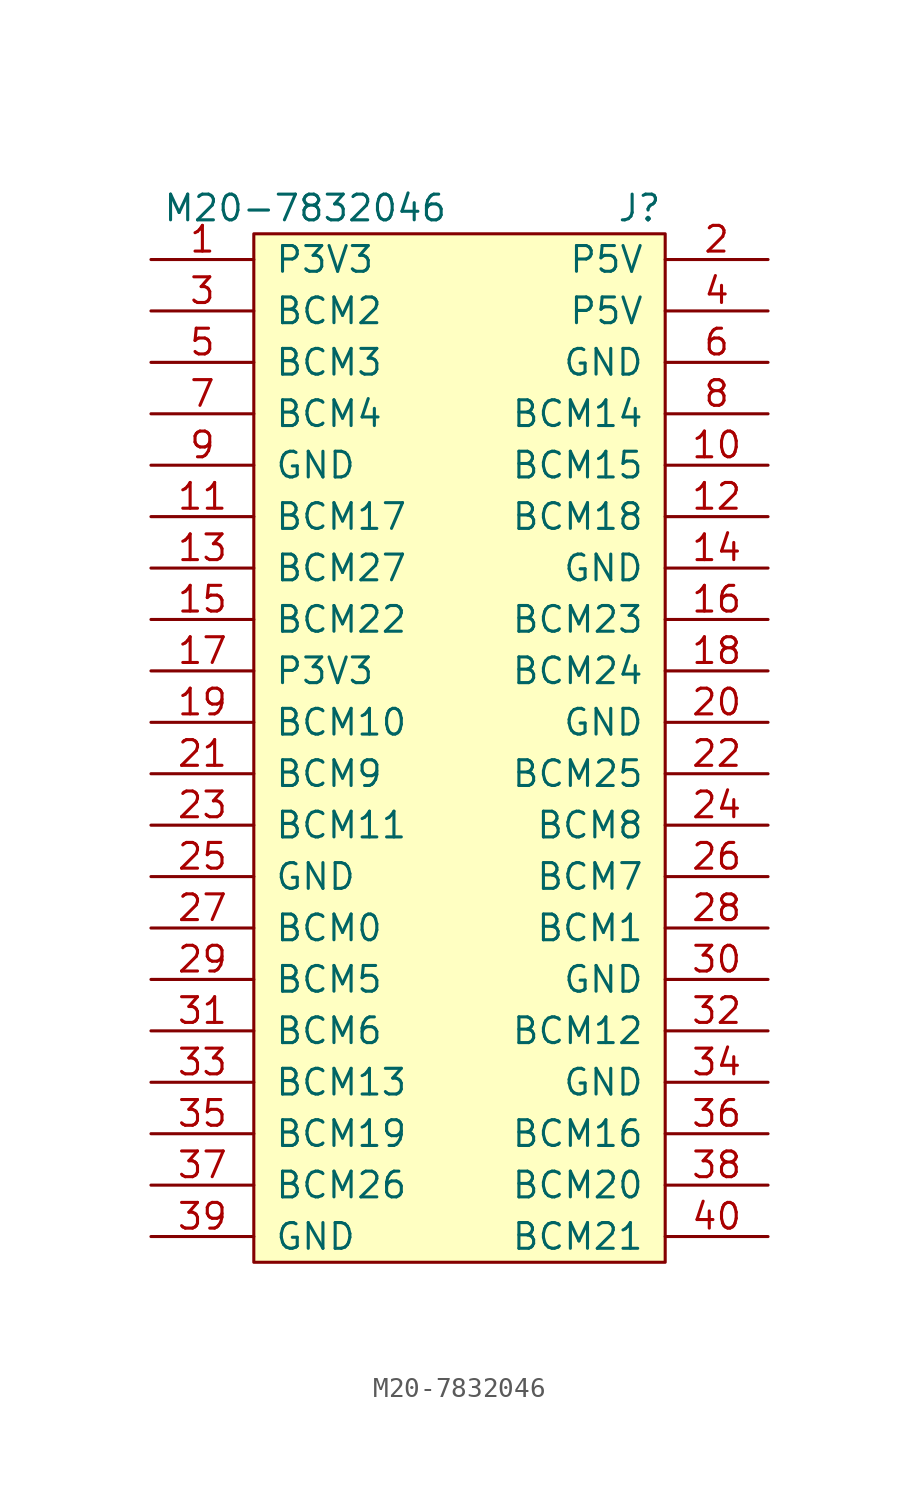
<source format=kicad_sym>
(kicad_symbol_lib
  (version 20220914)
  (generator kicad_symbol_editor)
  (symbol "M20-7832046"
    (pin_names
      (offset 1.016))
    (property "Reference" "J"
      (at 8.89 2.54 0)
      (effects (font (size 1.27 1.27))))
    (property "Value" "M20-7832046"
      (at -7.62 2.54 0)
      (effects (font (size 1.27 1.27))))
    (symbol "M20-7832046_0_1"
      (rectangle (start -10.16 1.27) (end 10.16 -49.53) (stroke (width 0) (type default)) (fill (type background))))
    (symbol "M20-7832046_1_1"
      (pin passive line (at -15.24 0 0) (length 5.08) (name "P3V3" (effects (font (size 1.27 1.27)))) (number "1" (effects (font (size 1.27 1.27)))))
      (pin passive line (at 15.24 -10.16 180) (length 5.08) (name "BCM15" (effects (font (size 1.27 1.27)))) (number "10" (effects (font (size 1.27 1.27)))))
      (pin passive line (at -15.24 -12.7 0) (length 5.08) (name "BCM17" (effects (font (size 1.27 1.27)))) (number "11" (effects (font (size 1.27 1.27)))))
      (pin passive line (at 15.24 -12.7 180) (length 5.08) (name "BCM18" (effects (font (size 1.27 1.27)))) (number "12" (effects (font (size 1.27 1.27)))))
      (pin passive line (at -15.24 -15.24 0) (length 5.08) (name "BCM27" (effects (font (size 1.27 1.27)))) (number "13" (effects (font (size 1.27 1.27)))))
      (pin passive line (at 15.24 -15.24 180) (length 5.08) (name "GND" (effects (font (size 1.27 1.27)))) (number "14" (effects (font (size 1.27 1.27)))))
      (pin passive line (at -15.24 -17.78 0) (length 5.08) (name "BCM22" (effects (font (size 1.27 1.27)))) (number "15" (effects (font (size 1.27 1.27)))))
      (pin passive line (at 15.24 -17.78 180) (length 5.08) (name "BCM23" (effects (font (size 1.27 1.27)))) (number "16" (effects (font (size 1.27 1.27)))))
      (pin passive line (at -15.24 -20.32 0) (length 5.08) (name "P3V3" (effects (font (size 1.27 1.27)))) (number "17" (effects (font (size 1.27 1.27)))))
      (pin passive line (at 15.24 -20.32 180) (length 5.08) (name "BCM24" (effects (font (size 1.27 1.27)))) (number "18" (effects (font (size 1.27 1.27)))))
      (pin passive line (at -15.24 -22.86 0) (length 5.08) (name "BCM10" (effects (font (size 1.27 1.27)))) (number "19" (effects (font (size 1.27 1.27)))))
      (pin passive line (at 15.24 0 180) (length 5.08) (name "P5V" (effects (font (size 1.27 1.27)))) (number "2" (effects (font (size 1.27 1.27)))))
      (pin passive line (at 15.24 -22.86 180) (length 5.08) (name "GND" (effects (font (size 1.27 1.27)))) (number "20" (effects (font (size 1.27 1.27)))))
      (pin passive line (at -15.24 -25.4 0) (length 5.08) (name "BCM9" (effects (font (size 1.27 1.27)))) (number "21" (effects (font (size 1.27 1.27)))))
      (pin passive line (at 15.24 -25.4 180) (length 5.08) (name "BCM25" (effects (font (size 1.27 1.27)))) (number "22" (effects (font (size 1.27 1.27)))))
      (pin passive line (at -15.24 -27.94 0) (length 5.08) (name "BCM11" (effects (font (size 1.27 1.27)))) (number "23" (effects (font (size 1.27 1.27)))))
      (pin passive line (at 15.24 -27.94 180) (length 5.08) (name "BCM8" (effects (font (size 1.27 1.27)))) (number "24" (effects (font (size 1.27 1.27)))))
      (pin passive line (at -15.24 -30.48 0) (length 5.08) (name "GND" (effects (font (size 1.27 1.27)))) (number "25" (effects (font (size 1.27 1.27)))))
      (pin passive line (at 15.24 -30.48 180) (length 5.08) (name "BCM7" (effects (font (size 1.27 1.27)))) (number "26" (effects (font (size 1.27 1.27)))))
      (pin passive line (at -15.24 -33.02 0) (length 5.08) (name "BCM0" (effects (font (size 1.27 1.27)))) (number "27" (effects (font (size 1.27 1.27)))))
      (pin passive line (at 15.24 -33.02 180) (length 5.08) (name "BCM1" (effects (font (size 1.27 1.27)))) (number "28" (effects (font (size 1.27 1.27)))))
      (pin passive line (at -15.24 -35.56 0) (length 5.08) (name "BCM5" (effects (font (size 1.27 1.27)))) (number "29" (effects (font (size 1.27 1.27)))))
      (pin passive line (at -15.24 -2.54 0) (length 5.08) (name "BCM2" (effects (font (size 1.27 1.27)))) (number "3" (effects (font (size 1.27 1.27)))))
      (pin passive line (at 15.24 -35.56 180) (length 5.08) (name "GND" (effects (font (size 1.27 1.27)))) (number "30" (effects (font (size 1.27 1.27)))))
      (pin passive line (at -15.24 -38.1 0) (length 5.08) (name "BCM6" (effects (font (size 1.27 1.27)))) (number "31" (effects (font (size 1.27 1.27)))))
      (pin passive line (at 15.24 -38.1 180) (length 5.08) (name "BCM12" (effects (font (size 1.27 1.27)))) (number "32" (effects (font (size 1.27 1.27)))))
      (pin passive line (at -15.24 -40.64 0) (length 5.08) (name "BCM13" (effects (font (size 1.27 1.27)))) (number "33" (effects (font (size 1.27 1.27)))))
      (pin passive line (at 15.24 -40.64 180) (length 5.08) (name "GND" (effects (font (size 1.27 1.27)))) (number "34" (effects (font (size 1.27 1.27)))))
      (pin passive line (at -15.24 -43.18 0) (length 5.08) (name "BCM19" (effects (font (size 1.27 1.27)))) (number "35" (effects (font (size 1.27 1.27)))))
      (pin passive line (at 15.24 -43.18 180) (length 5.08) (name "BCM16" (effects (font (size 1.27 1.27)))) (number "36" (effects (font (size 1.27 1.27)))))
      (pin passive line (at -15.24 -45.72 0) (length 5.08) (name "BCM26" (effects (font (size 1.27 1.27)))) (number "37" (effects (font (size 1.27 1.27)))))
      (pin passive line (at 15.24 -45.72 180) (length 5.08) (name "BCM20" (effects (font (size 1.27 1.27)))) (number "38" (effects (font (size 1.27 1.27)))))
      (pin passive line (at -15.24 -48.26 0) (length 5.08) (name "GND" (effects (font (size 1.27 1.27)))) (number "39" (effects (font (size 1.27 1.27)))))
      (pin passive line (at 15.24 -2.54 180) (length 5.08) (name "P5V" (effects (font (size 1.27 1.27)))) (number "4" (effects (font (size 1.27 1.27)))))
      (pin passive line (at 15.24 -48.26 180) (length 5.08) (name "BCM21" (effects (font (size 1.27 1.27)))) (number "40" (effects (font (size 1.27 1.27)))))
      (pin passive line (at -15.24 -5.08 0) (length 5.08) (name "BCM3" (effects (font (size 1.27 1.27)))) (number "5" (effects (font (size 1.27 1.27)))))
      (pin passive line (at 15.24 -5.08 180) (length 5.08) (name "GND" (effects (font (size 1.27 1.27)))) (number "6" (effects (font (size 1.27 1.27)))))
      (pin passive line (at -15.24 -7.62 0) (length 5.08) (name "BCM4" (effects (font (size 1.27 1.27)))) (number "7" (effects (font (size 1.27 1.27)))))
      (pin passive line (at 15.24 -7.62 180) (length 5.08) (name "BCM14" (effects (font (size 1.27 1.27)))) (number "8" (effects (font (size 1.27 1.27)))))
      (pin passive line (at -15.24 -10.16 0) (length 5.08) (name "GND" (effects (font (size 1.27 1.27)))) (number "9" (effects (font (size 1.27 1.27))))))))
</source>
